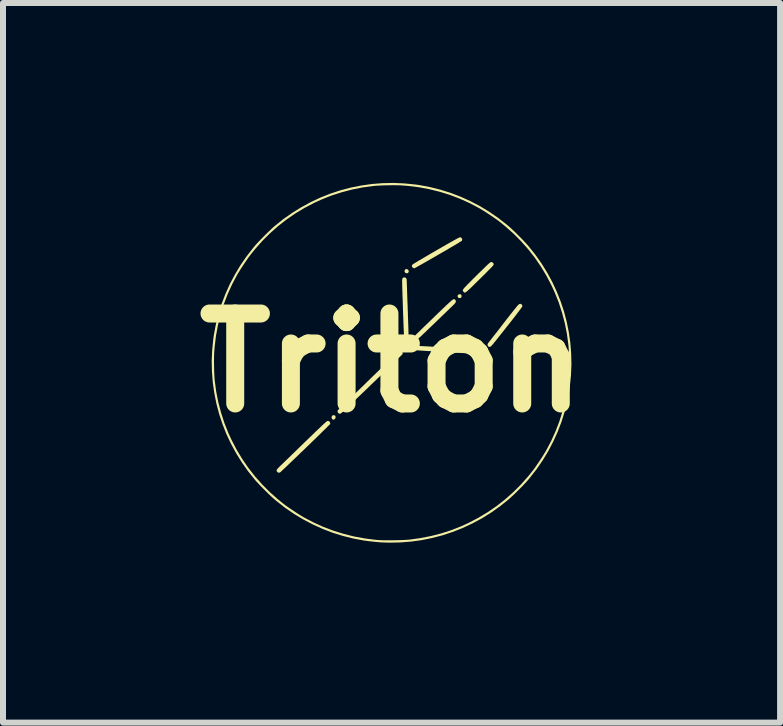
<source format=kicad_pcb>
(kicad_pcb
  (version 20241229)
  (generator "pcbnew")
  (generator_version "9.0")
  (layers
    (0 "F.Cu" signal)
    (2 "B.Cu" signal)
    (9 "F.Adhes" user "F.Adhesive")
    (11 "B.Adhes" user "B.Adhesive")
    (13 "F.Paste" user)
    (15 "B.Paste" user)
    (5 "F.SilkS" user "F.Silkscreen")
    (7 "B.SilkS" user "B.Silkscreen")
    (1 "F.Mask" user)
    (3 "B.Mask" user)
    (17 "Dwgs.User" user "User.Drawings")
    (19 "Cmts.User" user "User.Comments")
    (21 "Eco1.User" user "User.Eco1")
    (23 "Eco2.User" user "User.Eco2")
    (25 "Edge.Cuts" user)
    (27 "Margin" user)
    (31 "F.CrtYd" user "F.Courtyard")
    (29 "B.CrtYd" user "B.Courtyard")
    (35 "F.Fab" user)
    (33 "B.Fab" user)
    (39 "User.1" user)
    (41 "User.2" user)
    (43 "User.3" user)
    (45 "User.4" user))
  (footprint "Triton"
    (layer "F.Cu")
    (at 3.479 2.999)
    (property "Reference" "Triton" (at 0 0 0) (layer "F.SilkS") (effects (font (size 1.5 1.5) (thickness 0.3))))
    (attr board_only exclude_from_pos_files exclude_from_bom)
    (fp_poly (pts (xy 1.529 -0.214) (xy 1.543 -0.205) (xy 1.551 -0.191) (xy 1.553 -0.181) (xy 1.548 -0.165) (xy 1.536 -0.154) (xy 1.521 -0.15) (xy 1.505 -0.152) (xy 1.495 -0.159) (xy 1.488 -0.175) (xy 1.488 -0.192) (xy 1.496 -0.206) (xy 1.512 -0.215)) (stroke (width 0) (type solid)) (fill yes) (layer "F.SilkS"))
    (fp_poly (pts (xy 0.264 -1.559) (xy 0.277 -1.547) (xy 0.286 -1.533) (xy 0.287 -1.525) (xy 0.283 -1.509) (xy 0.271 -1.497) (xy 0.255 -1.492) (xy 0.238 -1.495) (xy 0.227 -1.503) (xy 0.217 -1.518) (xy 0.217 -1.535) (xy 0.223 -1.55) (xy 0.236 -1.561) (xy 0.249 -1.564)) (stroke (width 0) (type solid)) (fill yes) (layer "F.SilkS"))
    (fp_poly (pts (xy 1.152 -1.14) (xy 1.163 -1.131) (xy 1.167 -1.116) (xy 1.166 -1.1) (xy 1.158 -1.086) (xy 1.153 -1.082) (xy 1.138 -1.078) (xy 1.121 -1.081) (xy 1.111 -1.088) (xy 1.101 -1.104) (xy 1.101 -1.119) (xy 1.108 -1.132) (xy 1.121 -1.141) (xy 1.138 -1.143)) (stroke (width 0) (type solid)) (fill yes) (layer "F.SilkS"))
    (fp_poly (pts (xy -0.954 0.875) (xy -0.944 0.879) (xy -0.936 0.889) (xy -0.933 0.904) (xy -0.936 0.922) (xy -0.945 0.936) (xy -0.947 0.938) (xy -0.962 0.949) (xy -0.977 0.948) (xy -0.989 0.939) (xy -0.998 0.924) (xy -1 0.906) (xy -0.995 0.889) (xy -0.99 0.882) (xy -0.973 0.874)) (stroke (width 0) (type solid)) (fill yes) (layer "F.SilkS"))
    (fp_poly (pts (xy 0.287 -0.293) (xy 0.299 -0.281) (xy 0.304 -0.265) (xy 0.304 -0.265) (xy 0.3 -0.251) (xy 0.289 -0.238) (xy 0.276 -0.229) (xy 0.268 -0.227) (xy 0.255 -0.231) (xy 0.244 -0.241) (xy 0.236 -0.253) (xy 0.232 -0.262) (xy 0.232 -0.262) (xy 0.237 -0.276) (xy 0.248 -0.288) (xy 0.263 -0.297) (xy 0.271 -0.298)) (stroke (width 0) (type solid)) (fill yes) (layer "F.SilkS"))
    (fp_poly (pts (xy 1.153 -2.091) (xy 1.167 -2.081) (xy 1.176 -2.066) (xy 1.177 -2.048) (xy 1.173 -2.035) (xy 1.167 -2.031) (xy 1.152 -2.022) (xy 1.13 -2.008) (xy 1.101 -1.99) (xy 1.066 -1.969) (xy 1.025 -1.945) (xy 0.98 -1.919) (xy 0.932 -1.89) (xy 0.881 -1.861) (xy 0.828 -1.83) (xy 0.774 -1.799) (xy 0.721 -1.768) (xy 0.668 -1.738) (xy 0.617 -1.708) (xy 0.569 -1.681) (xy 0.524 -1.655) (xy 0.483 -1.632) (xy 0.448 -1.613) (xy 0.419 -1.596) (xy 0.397 -1.584) (xy 0.382 -1.577) (xy 0.377 -1.575) (xy 0.364 -1.579) (xy 0.351 -1.588) (xy 0.351 -1.588) (xy 0.339 -1.605) (xy 0.339 -1.621) (xy 0.349 -1.637) (xy 0.349 -1.638) (xy 0.356 -1.643) (xy 0.372 -1.653) (xy 0.396 -1.668) (xy 0.426 -1.686) (xy 0.462 -1.708) (xy 0.504 -1.732) (xy 0.55 -1.759) (xy 0.599 -1.788) (xy 0.65 -1.818) (xy 0.703 -1.849) (xy 0.757 -1.88) (xy 0.811 -1.911) (xy 0.863 -1.941) (xy 0.913 -1.97) (xy 0.961 -1.997) (xy 1.004 -2.021) (xy 1.043 -2.043) (xy 1.077 -2.062) (xy 1.104 -2.076) (xy 1.123 -2.086) (xy 1.134 -2.092) (xy 1.136 -2.092)) (stroke (width 0) (type solid)) (fill yes) (layer "F.SilkS"))
    (fp_poly (pts (xy 1.682 -1.675) (xy 1.696 -1.662) (xy 1.702 -1.644) (xy 1.702 -1.641) (xy 1.701 -1.636) (xy 1.698 -1.63) (xy 1.693 -1.622) (xy 1.684 -1.612) (xy 1.672 -1.598) (xy 1.655 -1.58) (xy 1.632 -1.557) (xy 1.604 -1.529) (xy 1.57 -1.494) (xy 1.528 -1.453) (xy 1.513 -1.438) (xy 1.458 -1.384) (xy 1.411 -1.338) (xy 1.371 -1.298) (xy 1.337 -1.265) (xy 1.309 -1.238) (xy 1.285 -1.216) (xy 1.266 -1.199) (xy 1.251 -1.186) (xy 1.238 -1.178) (xy 1.229 -1.173) (xy 1.222 -1.17) (xy 1.216 -1.171) (xy 1.211 -1.173) (xy 1.206 -1.178) (xy 1.201 -1.183) (xy 1.2 -1.184) (xy 1.192 -1.193) (xy 1.188 -1.202) (xy 1.189 -1.211) (xy 1.193 -1.223) (xy 1.204 -1.238) (xy 1.22 -1.257) (xy 1.243 -1.281) (xy 1.269 -1.308) (xy 1.293 -1.332) (xy 1.324 -1.363) (xy 1.358 -1.398) (xy 1.396 -1.435) (xy 1.435 -1.474) (xy 1.474 -1.512) (xy 1.498 -1.535) (xy 1.537 -1.573) (xy 1.568 -1.604) (xy 1.593 -1.628) (xy 1.613 -1.647) (xy 1.629 -1.66) (xy 1.641 -1.67) (xy 1.649 -1.676) (xy 1.656 -1.679) (xy 1.662 -1.68) (xy 1.662 -1.68)) (stroke (width 0) (type solid)) (fill yes) (layer "F.SilkS"))
    (fp_poly (pts (xy 2.16 -0.979) (xy 2.174 -0.967) (xy 2.181 -0.952) (xy 2.182 -0.943) (xy 2.178 -0.936) (xy 2.167 -0.92) (xy 2.151 -0.897) (xy 2.128 -0.867) (xy 2.099 -0.829) (xy 2.066 -0.785) (xy 2.027 -0.735) (xy 1.983 -0.679) (xy 1.935 -0.618) (xy 1.918 -0.597) (xy 1.87 -0.535) (xy 1.827 -0.482) (xy 1.791 -0.436) (xy 1.76 -0.397) (xy 1.734 -0.364) (xy 1.712 -0.338) (xy 1.695 -0.316) (xy 1.68 -0.299) (xy 1.669 -0.287) (xy 1.66 -0.278) (xy 1.653 -0.272) (xy 1.648 -0.268) (xy 1.644 -0.266) (xy 1.64 -0.265) (xy 1.639 -0.265) (xy 1.625 -0.267) (xy 1.615 -0.27) (xy 1.609 -0.277) (xy 1.603 -0.289) (xy 1.6 -0.297) (xy 1.6 -0.305) (xy 1.603 -0.315) (xy 1.61 -0.327) (xy 1.622 -0.343) (xy 1.64 -0.366) (xy 1.652 -0.381) (xy 1.665 -0.398) (xy 1.684 -0.422) (xy 1.707 -0.452) (xy 1.734 -0.486) (xy 1.764 -0.524) (xy 1.795 -0.564) (xy 1.826 -0.605) (xy 1.826 -0.605) (xy 1.88 -0.675) (xy 1.929 -0.738) (xy 1.973 -0.794) (xy 2.012 -0.843) (xy 2.045 -0.885) (xy 2.072 -0.918) (xy 2.093 -0.944) (xy 2.108 -0.96) (xy 2.11 -0.963) (xy 2.128 -0.978) (xy 2.144 -0.984)) (stroke (width 0) (type solid)) (fill yes) (layer "F.SilkS"))
    (fp_poly (pts (xy -1.051 0.97) (xy -1.037 0.979) (xy -1.026 0.993) (xy -1.023 1.011) (xy -1.024 1.021) (xy -1.029 1.026) (xy -1.04 1.038) (xy -1.059 1.056) (xy -1.083 1.081) (xy -1.113 1.11) (xy -1.148 1.144) (xy -1.186 1.182) (xy -1.228 1.223) (xy -1.273 1.267) (xy -1.321 1.313) (xy -1.369 1.36) (xy -1.419 1.408) (xy -1.469 1.457) (xy -1.519 1.504) (xy -1.567 1.551) (xy -1.614 1.596) (xy -1.659 1.639) (xy -1.701 1.679) (xy -1.739 1.716) (xy -1.773 1.748) (xy -1.802 1.775) (xy -1.825 1.797) (xy -1.842 1.813) (xy -1.853 1.823) (xy -1.856 1.825) (xy -1.874 1.833) (xy -1.889 1.832) (xy -1.904 1.821) (xy -1.912 1.811) (xy -1.917 1.802) (xy -1.917 1.792) (xy -1.911 1.78) (xy -1.9 1.765) (xy -1.881 1.745) (xy -1.856 1.72) (xy -1.843 1.707) (xy -1.828 1.694) (xy -1.807 1.673) (xy -1.779 1.646) (xy -1.746 1.614) (xy -1.708 1.578) (xy -1.667 1.537) (xy -1.622 1.494) (xy -1.576 1.449) (xy -1.528 1.402) (xy -1.503 1.378) (xy -1.435 1.312) (xy -1.374 1.253) (xy -1.32 1.201) (xy -1.273 1.155) (xy -1.231 1.115) (xy -1.196 1.082) (xy -1.166 1.053) (xy -1.141 1.03) (xy -1.12 1.011) (xy -1.104 0.996) (xy -1.09 0.985) (xy -1.081 0.977) (xy -1.073 0.972) (xy -1.069 0.969) (xy -1.068 0.969)) (stroke (width 0) (type solid)) (fill yes) (layer "F.SilkS"))
    (fp_poly (pts (xy 1.048 -1.06) (xy 1.053 -1.057) (xy 1.058 -1.053) (xy 1.061 -1.05) (xy 1.071 -1.035) (xy 1.072 -1.018) (xy 1.063 -0.999) (xy 1.045 -0.977) (xy 1.04 -0.973) (xy 1.031 -0.964) (xy 1.015 -0.948) (xy 0.992 -0.926) (xy 0.963 -0.898) (xy 0.929 -0.865) (xy 0.891 -0.828) (xy 0.849 -0.788) (xy 0.804 -0.744) (xy 0.756 -0.698) (xy 0.711 -0.654) (xy 0.653 -0.599) (xy 0.602 -0.55) (xy 0.559 -0.508) (xy 0.521 -0.473) (xy 0.49 -0.443) (xy 0.463 -0.419) (xy 0.442 -0.4) (xy 0.424 -0.385) (xy 0.41 -0.375) (xy 0.399 -0.368) (xy 0.39 -0.365) (xy 0.384 -0.364) (xy 0.378 -0.366) (xy 0.373 -0.369) (xy 0.369 -0.374) (xy 0.365 -0.379) (xy 0.357 -0.392) (xy 0.354 -0.404) (xy 0.354 -0.405) (xy 0.354 -0.407) (xy 0.355 -0.41) (xy 0.357 -0.414) (xy 0.361 -0.419) (xy 0.367 -0.427) (xy 0.375 -0.436) (xy 0.387 -0.448) (xy 0.402 -0.464) (xy 0.421 -0.483) (xy 0.445 -0.506) (xy 0.474 -0.534) (xy 0.508 -0.568) (xy 0.548 -0.607) (xy 0.595 -0.652) (xy 0.648 -0.703) (xy 0.709 -0.762) (xy 0.723 -0.776) (xy 0.78 -0.831) (xy 0.83 -0.879) (xy 0.873 -0.92) (xy 0.909 -0.955) (xy 0.94 -0.984) (xy 0.966 -1.007) (xy 0.987 -1.026) (xy 1.004 -1.04) (xy 1.017 -1.05) (xy 1.028 -1.057) (xy 1.036 -1.061) (xy 1.043 -1.061)) (stroke (width 0) (type solid)) (fill yes) (layer "F.SilkS"))
    (fp_poly (pts (xy 0.233 -1.419) (xy 0.238 -1.415) (xy 0.245 -1.408) (xy 0.249 -1.4) (xy 0.251 -1.386) (xy 0.253 -1.365) (xy 0.253 -1.361) (xy 0.253 -1.349) (xy 0.254 -1.327) (xy 0.255 -1.295) (xy 0.257 -1.255) (xy 0.258 -1.208) (xy 0.26 -1.154) (xy 0.262 -1.095) (xy 0.264 -1.031) (xy 0.267 -0.964) (xy 0.269 -0.893) (xy 0.271 -0.857) (xy 0.273 -0.773) (xy 0.276 -0.7) (xy 0.278 -0.637) (xy 0.28 -0.582) (xy 0.281 -0.536) (xy 0.282 -0.497) (xy 0.282 -0.465) (xy 0.282 -0.439) (xy 0.282 -0.419) (xy 0.281 -0.403) (xy 0.28 -0.391) (xy 0.278 -0.383) (xy 0.276 -0.377) (xy 0.273 -0.373) (xy 0.271 -0.37) (xy 0.269 -0.369) (xy 0.254 -0.365) (xy 0.236 -0.366) (xy 0.221 -0.373) (xy 0.218 -0.376) (xy 0.216 -0.379) (xy 0.214 -0.382) (xy 0.213 -0.388) (xy 0.212 -0.396) (xy 0.21 -0.408) (xy 0.209 -0.423) (xy 0.207 -0.444) (xy 0.206 -0.469) (xy 0.205 -0.501) (xy 0.203 -0.539) (xy 0.201 -0.584) (xy 0.199 -0.638) (xy 0.197 -0.7) (xy 0.194 -0.772) (xy 0.191 -0.854) (xy 0.19 -0.891) (xy 0.187 -0.978) (xy 0.185 -1.053) (xy 0.182 -1.119) (xy 0.181 -1.177) (xy 0.179 -1.225) (xy 0.178 -1.267) (xy 0.177 -1.301) (xy 0.177 -1.329) (xy 0.176 -1.351) (xy 0.176 -1.369) (xy 0.177 -1.382) (xy 0.178 -1.392) (xy 0.179 -1.399) (xy 0.18 -1.404) (xy 0.181 -1.407) (xy 0.182 -1.409) (xy 0.196 -1.421) (xy 0.215 -1.424)) (stroke (width 0) (type solid)) (fill yes) (layer "F.SilkS"))
    (fp_poly (pts (xy 0.426 -0.282) (xy 0.446 -0.281) (xy 0.472 -0.28) (xy 0.504 -0.278) (xy 0.542 -0.276) (xy 0.588 -0.274) (xy 0.642 -0.271) (xy 0.704 -0.267) (xy 0.776 -0.263) (xy 0.857 -0.258) (xy 0.928 -0.254) (xy 1.013 -0.249) (xy 1.088 -0.245) (xy 1.152 -0.241) (xy 1.208 -0.237) (xy 1.256 -0.234) (xy 1.296 -0.231) (xy 1.329 -0.229) (xy 1.355 -0.226) (xy 1.376 -0.223) (xy 1.392 -0.221) (xy 1.403 -0.218) (xy 1.411 -0.214) (xy 1.416 -0.211) (xy 1.419 -0.207) (xy 1.42 -0.202) (xy 1.42 -0.197) (xy 1.42 -0.191) (xy 1.42 -0.19) (xy 1.417 -0.174) (xy 1.408 -0.16) (xy 1.397 -0.151) (xy 1.391 -0.15) (xy 1.385 -0.15) (xy 1.368 -0.151) (xy 1.342 -0.153) (xy 1.307 -0.155) (xy 1.264 -0.157) (xy 1.215 -0.16) (xy 1.159 -0.164) (xy 1.097 -0.167) (xy 1.031 -0.171) (xy 0.961 -0.175) (xy 0.888 -0.179) (xy 0.884 -0.18) (xy 0.799 -0.185) (xy 0.724 -0.189) (xy 0.658 -0.193) (xy 0.601 -0.196) (xy 0.553 -0.199) (xy 0.512 -0.202) (xy 0.479 -0.204) (xy 0.451 -0.206) (xy 0.429 -0.208) (xy 0.412 -0.21) (xy 0.4 -0.212) (xy 0.39 -0.213) (xy 0.384 -0.215) (xy 0.38 -0.217) (xy 0.377 -0.218) (xy 0.375 -0.221) (xy 0.375 -0.221) (xy 0.366 -0.24) (xy 0.368 -0.259) (xy 0.375 -0.271) (xy 0.377 -0.274) (xy 0.378 -0.276) (xy 0.379 -0.278) (xy 0.381 -0.279) (xy 0.385 -0.281) (xy 0.39 -0.281) (xy 0.398 -0.282) (xy 0.41 -0.282)) (stroke (width 0) (type solid)) (fill yes) (layer "F.SilkS"))
    (fp_poly (pts (xy 0.163 -0.194) (xy 0.176 -0.183) (xy 0.185 -0.168) (xy 0.185 -0.151) (xy 0.184 -0.147) (xy 0.18 -0.142) (xy 0.168 -0.13) (xy 0.15 -0.111) (xy 0.125 -0.087) (xy 0.094 -0.057) (xy 0.059 -0.022) (xy 0.019 0.017) (xy -0.025 0.06) (xy -0.072 0.106) (xy -0.123 0.154) (xy -0.175 0.205) (xy -0.229 0.257) (xy -0.283 0.31) (xy -0.339 0.363) (xy -0.394 0.417) (xy -0.448 0.469) (xy -0.502 0.52) (xy -0.553 0.569) (xy -0.602 0.616) (xy -0.648 0.66) (xy -0.69 0.701) (xy -0.728 0.737) (xy -0.761 0.768) (xy -0.789 0.795) (xy -0.811 0.815) (xy -0.826 0.829) (xy -0.834 0.836) (xy -0.853 0.848) (xy -0.87 0.85) (xy -0.886 0.841) (xy -0.889 0.838) (xy -0.897 0.824) (xy -0.901 0.81) (xy -0.901 0.806) (xy -0.901 0.802) (xy -0.899 0.799) (xy -0.897 0.794) (xy -0.892 0.788) (xy -0.884 0.779) (xy -0.872 0.767) (xy -0.857 0.752) (xy -0.836 0.731) (xy -0.81 0.706) (xy -0.777 0.675) (xy -0.738 0.637) (xy -0.713 0.614) (xy -0.683 0.585) (xy -0.646 0.55) (xy -0.605 0.51) (xy -0.559 0.466) (xy -0.511 0.419) (xy -0.462 0.372) (xy -0.414 0.324) (xy -0.367 0.279) (xy -0.359 0.271) (xy -0.3 0.213) (xy -0.242 0.157) (xy -0.187 0.104) (xy -0.134 0.053) (xy -0.084 0.005) (xy -0.038 -0.039) (xy 0.004 -0.078) (xy 0.04 -0.113) (xy 0.072 -0.142) (xy 0.097 -0.165) (xy 0.116 -0.182) (xy 0.128 -0.191) (xy 0.13 -0.193) (xy 0.147 -0.198)) (stroke (width 0) (type solid)) (fill yes) (layer "F.SilkS"))
    (fp_poly (pts (xy 0.211 -2.991) (xy 0.392 -2.973) (xy 0.459 -2.964) (xy 0.635 -2.931) (xy 0.808 -2.888) (xy 0.979 -2.835) (xy 1.147 -2.771) (xy 1.311 -2.697) (xy 1.47 -2.614) (xy 1.624 -2.521) (xy 1.773 -2.419) (xy 1.915 -2.308) (xy 1.95 -2.279) (xy 1.982 -2.251) (xy 2.018 -2.217) (xy 2.059 -2.179) (xy 2.101 -2.137) (xy 2.144 -2.094) (xy 2.185 -2.052) (xy 2.223 -2.012) (xy 2.256 -1.976) (xy 2.279 -1.95) (xy 2.393 -1.808) (xy 2.498 -1.66) (xy 2.593 -1.507) (xy 2.679 -1.349) (xy 2.754 -1.187) (xy 2.82 -1.021) (xy 2.876 -0.852) (xy 2.921 -0.68) (xy 2.956 -0.506) (xy 2.981 -0.329) (xy 2.995 -0.15) (xy 2.999 0.029) (xy 2.991 0.21) (xy 2.973 0.391) (xy 2.964 0.459) (xy 2.931 0.635) (xy 2.888 0.808) (xy 2.835 0.979) (xy 2.771 1.147) (xy 2.697 1.311) (xy 2.614 1.47) (xy 2.521 1.624) (xy 2.419 1.773) (xy 2.308 1.915) (xy 2.279 1.95) (xy 2.251 1.982) (xy 2.217 2.018) (xy 2.179 2.059) (xy 2.137 2.101) (xy 2.094 2.144) (xy 2.052 2.185) (xy 2.012 2.223) (xy 1.976 2.256) (xy 1.95 2.279) (xy 1.808 2.393) (xy 1.659 2.498) (xy 1.506 2.594) (xy 1.347 2.679) (xy 1.185 2.755) (xy 1.018 2.821) (xy 0.848 2.877) (xy 0.674 2.922) (xy 0.498 2.958) (xy 0.319 2.982) (xy 0.138 2.996) (xy -0.044 2.999) (xy -0.141 2.996) (xy -0.182 2.994) (xy -0.231 2.99) (xy -0.284 2.985) (xy -0.339 2.979) (xy -0.392 2.973) (xy -0.441 2.966) (xy -0.459 2.964) (xy -0.635 2.931) (xy -0.808 2.888) (xy -0.979 2.835) (xy -1.147 2.771) (xy -1.31 2.697) (xy -1.469 2.614) (xy -1.623 2.522) (xy -1.772 2.42) (xy -1.914 2.309) (xy -1.95 2.279) (xy -1.982 2.251) (xy -2.019 2.217) (xy -2.059 2.178) (xy -2.101 2.137) (xy -2.144 2.094) (xy -2.185 2.052) (xy -2.223 2.012) (xy -2.256 1.977) (xy -2.279 1.95) (xy -2.393 1.808) (xy -2.498 1.659) (xy -2.593 1.506) (xy -2.679 1.348) (xy -2.755 1.186) (xy -2.82 1.021) (xy -2.876 0.852) (xy -2.921 0.68) (xy -2.956 0.505) (xy -2.981 0.328) (xy -2.995 0.15) (xy -2.999 -0.027) (xy -2.961 -0.027) (xy -2.96 0.036) (xy -2.959 0.1) (xy -2.957 0.162) (xy -2.954 0.22) (xy -2.951 0.271) (xy -2.948 0.301) (xy -2.924 0.481) (xy -2.889 0.658) (xy -2.843 0.832) (xy -2.788 1.003) (xy -2.722 1.169) (xy -2.669 1.285) (xy -2.585 1.446) (xy -2.492 1.601) (xy -2.39 1.75) (xy -2.279 1.892) (xy -2.159 2.027) (xy -2.031 2.156) (xy -1.893 2.278) (xy -1.809 2.346) (xy -1.778 2.37) (xy -1.739 2.398) (xy -1.695 2.428) (xy -1.648 2.46) (xy -1.6 2.492) (xy -1.554 2.522) (xy -1.511 2.548) (xy -1.474 2.571) (xy -1.463 2.577) (xy -1.305 2.66) (xy -1.143 2.734) (xy -0.975 2.798) (xy -0.804 2.851) (xy -0.63 2.895) (xy -0.452 2.928) (xy -0.273 2.951) (xy -0.213 2.956) (xy -0.18 2.957) (xy -0.139 2.959) (xy -0.09 2.959) (xy -0.037 2.959) (xy 0.019 2.959) (xy 0.077 2.958) (xy 0.132 2.957) (xy 0.185 2.955) (xy 0.233 2.953) (xy 0.273 2.95) (xy 0.301 2.948) (xy 0.482 2.923) (xy 0.66 2.888) (xy 0.835 2.843) (xy 1.006 2.787) (xy 1.172 2.721) (xy 1.285 2.669) (xy 1.446 2.585) (xy 1.601 2.492) (xy 1.75 2.39) (xy 1.892 2.279) (xy 2.027 2.159) (xy 2.156 2.031) (xy 2.278 1.893) (xy 2.346 1.809) (xy 2.37 1.778) (xy 2.398 1.739) (xy 2.428 1.695) (xy 2.46 1.648) (xy 2.492 1.6) (xy 2.522 1.554) (xy 2.548 1.511) (xy 2.571 1.474) (xy 2.577 1.463) (xy 2.661 1.304) (xy 2.735 1.14) (xy 2.799 0.973) (xy 2.852 0.801) (xy 2.895 0.627) (xy 2.928 0.448) (xy 2.95 0.267) (xy 2.956 0.188) (xy 2.959 0.142) (xy 2.96 0.087) (xy 2.961 0.027) (xy 2.96 -0.036) (xy 2.959 -0.1) (xy 2.957 -0.162) (xy 2.954 -0.22) (xy 2.951 -0.271) (xy 2.948 -0.301) (xy 2.924 -0.481) (xy 2.889 -0.658) (xy 2.843 -0.832) (xy 2.788 -1.003) (xy 2.722 -1.169) (xy 2.669 -1.285) (xy 2.585 -1.446) (xy 2.492 -1.601) (xy 2.39 -1.75) (xy 2.279 -1.892) (xy 2.159 -2.027) (xy 2.031 -2.156) (xy 1.893 -2.278) (xy 1.809 -2.346) (xy 1.778 -2.37) (xy 1.739 -2.398) (xy 1.695 -2.428) (xy 1.648 -2.46) (xy 1.6 -2.492) (xy 1.554 -2.522) (xy 1.511 -2.548) (xy 1.474 -2.571) (xy 1.463 -2.577) (xy 1.304 -2.661) (xy 1.14 -2.735) (xy 0.973 -2.799) (xy 0.801 -2.852) (xy 0.627 -2.895) (xy 0.448 -2.928) (xy 0.267 -2.95) (xy 0.188 -2.956) (xy 0.142 -2.959) (xy 0.087 -2.96) (xy 0.027 -2.961) (xy -0.036 -2.96) (xy -0.1 -2.959) (xy -0.162 -2.957) (xy -0.22 -2.954) (xy -0.271 -2.951) (xy -0.301 -2.948) (xy -0.481 -2.924) (xy -0.658 -2.889) (xy -0.832 -2.843) (xy -1.003 -2.788) (xy -1.169 -2.722) (xy -1.285 -2.669) (xy -1.446 -2.585) (xy -1.601 -2.492) (xy -1.75 -2.39) (xy -1.892 -2.279) (xy -2.027 -2.159) (xy -2.156 -2.031) (xy -2.278 -1.893) (xy -2.346 -1.809) (xy -2.37 -1.778) (xy -2.398 -1.739) (xy -2.428 -1.695) (xy -2.46 -1.648) (xy -2.492 -1.6) (xy -2.522 -1.554) (xy -2.548 -1.511) (xy -2.571 -1.474) (xy -2.577 -1.463) (xy -2.661 -1.304) (xy -2.735 -1.14) (xy -2.799 -0.973) (xy -2.852 -0.801) (xy -2.895 -0.627) (xy -2.928 -0.448) (xy -2.95 -0.267) (xy -2.956 -0.188) (xy -2.959 -0.142) (xy -2.96 -0.087) (xy -2.961 -0.027) (xy -2.999 -0.027) (xy -2.999 -0.03) (xy -2.991 -0.211) (xy -2.973 -0.392) (xy -2.964 -0.459) (xy -2.931 -0.634) (xy -2.888 -0.808) (xy -2.835 -0.979) (xy -2.771 -1.146) (xy -2.698 -1.31) (xy -2.614 -1.469) (xy -2.522 -1.623) (xy -2.42 -1.771) (xy -2.31 -1.913) (xy -2.279 -1.95) (xy -2.251 -1.982) (xy -2.217 -2.019) (xy -2.178 -2.059) (xy -2.137 -2.101) (xy -2.094 -2.144) (xy -2.052 -2.185) (xy -2.012 -2.223) (xy -1.977 -2.256) (xy -1.95 -2.279) (xy -1.808 -2.393) (xy -1.659 -2.498) (xy -1.506 -2.593) (xy -1.348 -2.679) (xy -1.186 -2.755) (xy -1.021 -2.82) (xy -0.852 -2.876) (xy -0.68 -2.921) (xy -0.505 -2.956) (xy -0.328 -2.981) (xy -0.15 -2.995) (xy 0.03 -2.999)) (stroke (width 0) (type solid)) (fill yes) (layer "F.SilkS")))
  (gr_rect
    (start -3 -3)
    (end 9.957 8.998)
    (stroke (width 0.1) (type default))
    (fill no)
    (layer "Edge.Cuts")))
</source>
